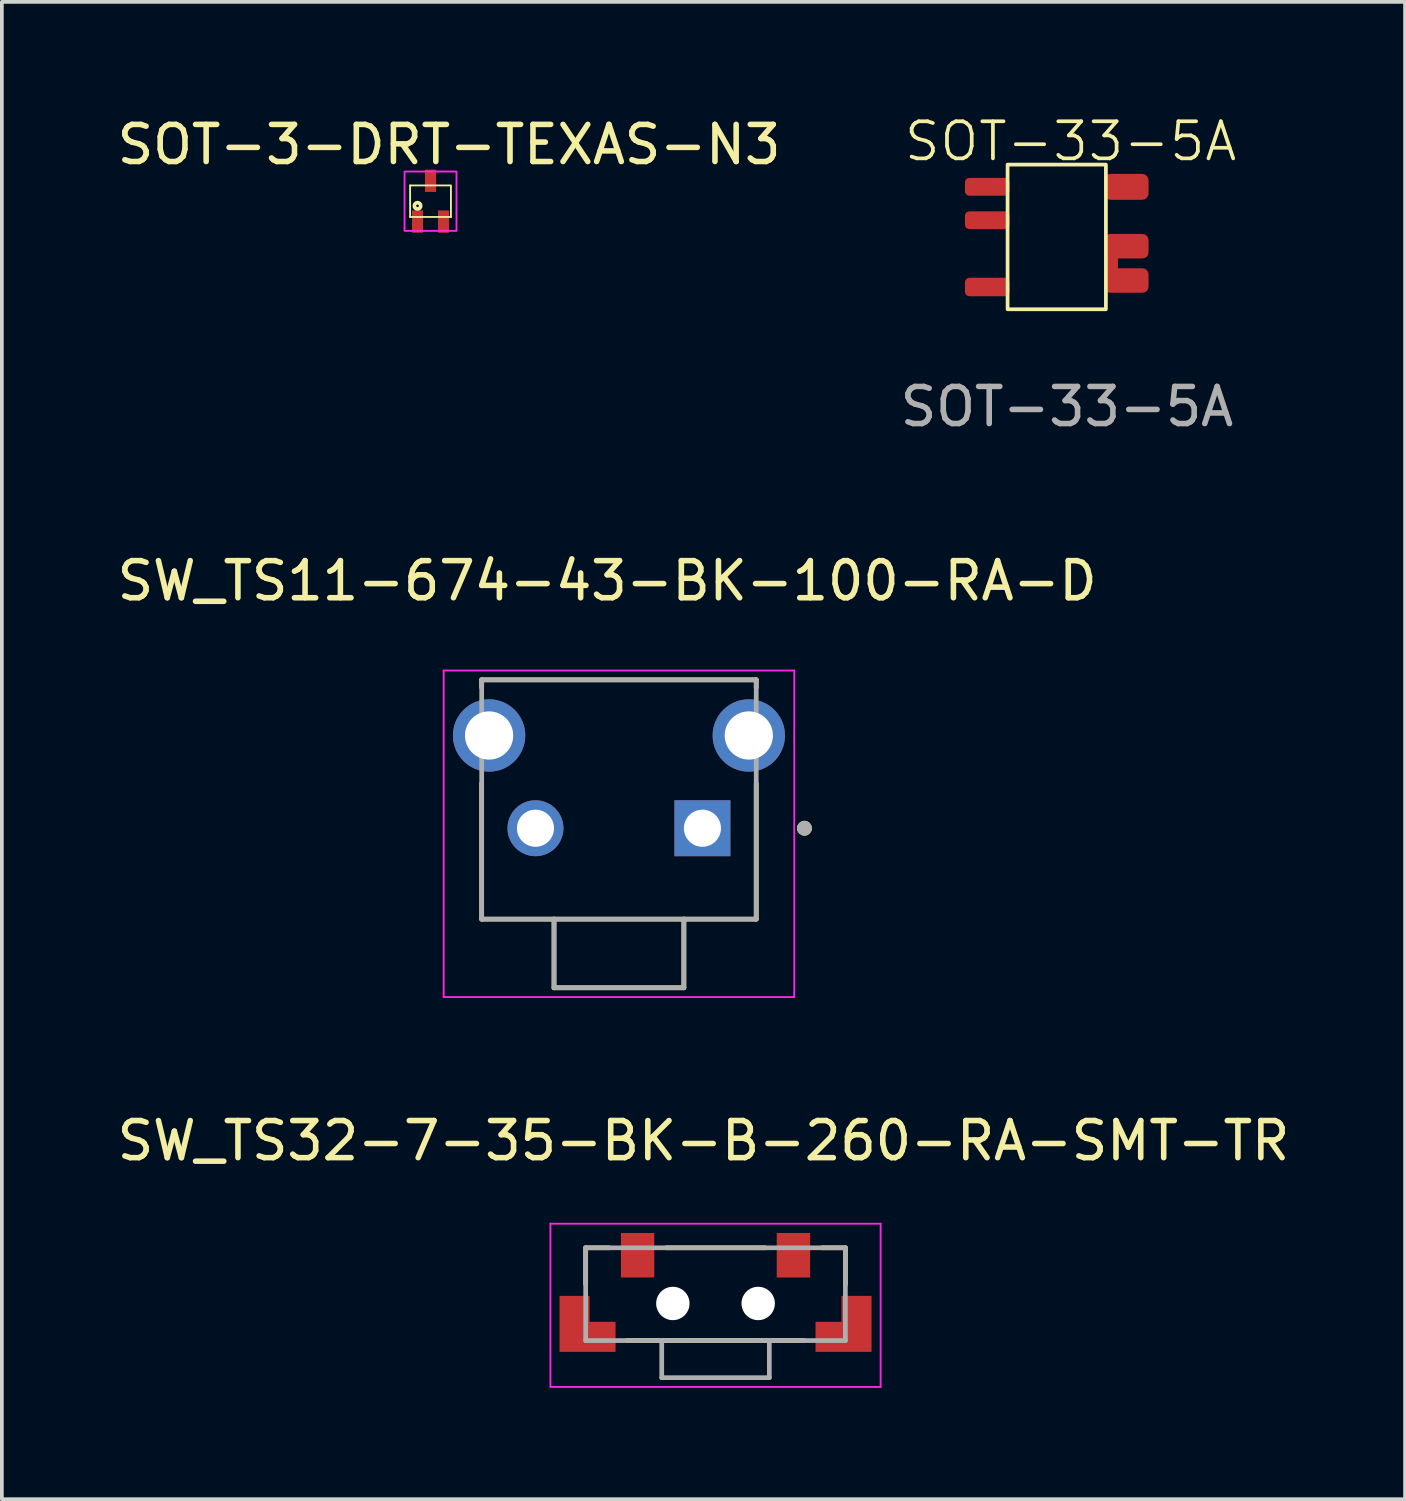
<source format=kicad_pcb>
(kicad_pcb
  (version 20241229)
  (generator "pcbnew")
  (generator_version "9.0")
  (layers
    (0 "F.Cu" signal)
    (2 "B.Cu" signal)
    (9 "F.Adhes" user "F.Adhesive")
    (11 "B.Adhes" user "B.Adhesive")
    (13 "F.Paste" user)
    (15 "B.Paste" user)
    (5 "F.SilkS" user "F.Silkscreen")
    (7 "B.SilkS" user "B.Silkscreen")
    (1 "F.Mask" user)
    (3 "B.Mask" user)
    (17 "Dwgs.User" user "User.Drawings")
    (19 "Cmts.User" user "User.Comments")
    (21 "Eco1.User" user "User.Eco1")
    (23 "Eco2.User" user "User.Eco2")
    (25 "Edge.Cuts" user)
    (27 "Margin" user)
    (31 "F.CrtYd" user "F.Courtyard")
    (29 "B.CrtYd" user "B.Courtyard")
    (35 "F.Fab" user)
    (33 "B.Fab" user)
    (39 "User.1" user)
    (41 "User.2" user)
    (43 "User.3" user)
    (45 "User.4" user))
  (footprint "SOT-33-5A"
    (layer "F.Cu")
    (at 25.458 3.211)
    (property "Reference" "SOT-33-5A" (at 0.35 -2.45 0) (unlocked yes) (layer "F.SilkS") (effects (font (size 1 1) (thickness 0.1))))
    (attr smd)
    (fp_rect (start -1.35 -1.825) (end 1.3 2.075) (stroke (width 0.1) (type default)) (fill no) (layer "F.SilkS"))
    (fp_text user "${REFERENCE}" (at 0.25 4.7 0) (unlocked yes) (layer "F.Fab") (effects (font (size 1 1) (thickness 0.15))))
    (pad "1" smd roundrect (at -1.9 -1.225) (size 1.2 0.48) (layers "F.Cu" "F.Mask" "F.Paste") (roundrect_rratio 0.25))
    (pad "2" smd roundrect (at -1.9 -0.325) (size 1.2 0.48) (layers "F.Cu" "F.Mask" "F.Paste") (roundrect_rratio 0.25))
    (pad "3" smd roundrect (at -1.9 1.475) (size 1.2 0.5) (layers "F.Cu" "F.Mask" "F.Paste") (roundrect_rratio 0.25))
    (pad "4" smd roundrect (at 1.45 0.781) (size 0.35 0.637) (layers "F.Cu" "F.Mask" "F.Paste") (roundrect_rratio 0.25))
    (pad "4" smd roundrect (at 1.85 0.375) (size 1.2 0.66) (layers "F.Cu" "F.Mask" "F.Paste") (roundrect_rratio 0.25))
    (pad "4" smd roundrect (at 1.85 1.3) (size 1.2 0.66) (layers "F.Cu" "F.Mask" "F.Paste") (roundrect_rratio 0.25))
    (pad "5" smd roundrect (at 1.85 -1.225) (size 1.2 0.7) (layers "F.Cu" "F.Mask" "F.Paste") (roundrect_rratio 0.25)))
  (footprint "SW_TS32-7-35-BK-B-260-RA-SMT-TR"
    (layer "F.Cu")
    (at 16.236 32.083)
    (property "Reference" "SW_TS32-7-35-BK-B-260-RA-SMT-TR" (at -0.325 -4.385 0) (layer "F.SilkS") (effects (font (size 1 1) (thickness 0.15))))
    (attr smd)
    (fp_poly (pts (xy -4.3 -0.3) (xy -4.3 1.4) (xy -2.6 1.4) (xy -2.6 0.4) (xy -3.3 0.4) (xy -3.3 -0.3)) (stroke (width 0.01) (type solid)) (fill yes) (layer "F.Mask"))
    (fp_poly (pts (xy 4.3 -0.3) (xy 4.3 1.4) (xy 2.6 1.4) (xy 2.6 0.4) (xy 3.3 0.4) (xy 3.3 -0.3)) (stroke (width 0.01) (type solid)) (fill yes) (layer "F.Mask"))
    (fp_line (start -3.5 -1.5) (end -2.87 -1.5) (stroke (width 0.127) (type solid)) (layer "F.SilkS"))
    (fp_line (start -3.5 -0.52) (end -3.5 -1.5) (stroke (width 0.127) (type solid)) (layer "F.SilkS"))
    (fp_line (start -1.33 -1.5) (end 1.33 -1.5) (stroke (width 0.127) (type solid)) (layer "F.SilkS"))
    (fp_line (start 2.38 1) (end -2.38 1) (stroke (width 0.127) (type solid)) (layer "F.SilkS"))
    (fp_line (start 3.5 -1.5) (end 2.87 -1.5) (stroke (width 0.127) (type solid)) (layer "F.SilkS"))
    (fp_line (start 3.5 -0.52) (end 3.5 -1.5) (stroke (width 0.127) (type solid)) (layer "F.SilkS"))
    (fp_poly (pts (xy -4.2 -0.2) (xy -4.2 1.3) (xy -2.7 1.3) (xy -2.7 0.5) (xy -3.4 0.5) (xy -3.4 -0.2)) (stroke (width 0.01) (type solid)) (fill yes) (layer "F.Paste"))
    (fp_poly (pts (xy 4.2 -0.2) (xy 4.2 1.3) (xy 2.7 1.3) (xy 2.7 0.5) (xy 3.4 0.5) (xy 3.4 -0.2)) (stroke (width 0.01) (type solid)) (fill yes) (layer "F.Paste"))
    (fp_line (start -4.45 -2.15) (end 4.45 -2.15) (stroke (width 0.05) (type solid)) (layer "F.CrtYd"))
    (fp_line (start -4.45 2.25) (end -4.45 -2.15) (stroke (width 0.05) (type solid)) (layer "F.CrtYd"))
    (fp_line (start 4.45 -2.15) (end 4.45 2.25) (stroke (width 0.05) (type solid)) (layer "F.CrtYd"))
    (fp_line (start 4.45 2.25) (end -4.45 2.25) (stroke (width 0.05) (type solid)) (layer "F.CrtYd"))
    (fp_line (start -3.5 -1.5) (end 3.5 -1.5) (stroke (width 0.127) (type solid)) (layer "F.Fab"))
    (fp_line (start -3.5 1) (end -3.5 -1.5) (stroke (width 0.127) (type solid)) (layer "F.Fab"))
    (fp_line (start -1.45 1) (end -3.5 1) (stroke (width 0.127) (type solid)) (layer "F.Fab"))
    (fp_line (start -1.45 2) (end -1.45 1) (stroke (width 0.127) (type solid)) (layer "F.Fab"))
    (fp_line (start 1.45 1) (end -1.45 1) (stroke (width 0.127) (type solid)) (layer "F.Fab"))
    (fp_line (start 1.45 1) (end 1.45 2) (stroke (width 0.127) (type solid)) (layer "F.Fab"))
    (fp_line (start 1.45 2) (end -1.45 2) (stroke (width 0.127) (type solid)) (layer "F.Fab"))
    (fp_line (start 3.5 -1.5) (end 3.5 1) (stroke (width 0.127) (type solid)) (layer "F.Fab"))
    (fp_line (start 3.5 1) (end 1.45 1) (stroke (width 0.127) (type solid)) (layer "F.Fab"))
    (pad "" np_thru_hole circle (at -1.15 0) (size 0.9 0.9) (drill 0.9) (layers "*.Cu" "*.Mask"))
    (pad "" np_thru_hole circle (at 1.15 0) (size 0.9 0.9) (drill 0.9) (layers "*.Cu" "*.Mask"))
    (pad "1" smd rect (at -2.1 -1.3) (size 0.9 1.2) (layers "F.Cu" "F.Mask" "F.Paste"))
    (pad "2" smd rect (at 2.1 -1.3) (size 0.9 1.2) (layers "F.Cu" "F.Mask" "F.Paste"))
    (pad "SH1" smd custom (at -3.8 0.5) (size 0.5 1) (layers "F.Cu") (options (anchor rect)) (primitives (gr_poly (pts (xy -0.4 -0.7) (xy -0.4 0.8) (xy 1.1 0.8) (xy 1.1 0) (xy 0.4 0) (xy 0.4 -0.7)) (width 0.01) (fill yes))))
    (pad "SH2" smd custom (at 3.8 0.5) (size 0.5 1) (layers "F.Cu") (options (anchor rect)) (primitives (gr_poly (pts (xy 0.4 -0.7) (xy 0.4 0.8) (xy -1.1 0.8) (xy -1.1 0) (xy -0.4 0) (xy -0.4 -0.7)) (width 0.01) (fill yes)))))
  (footprint "SOT-3-DRT-TEXAS-N3"
    (layer "F.Cu")
    (at 8.554 2.373)
    (property "Reference" "SOT-3-DRT-TEXAS-N3" (at 0.5 -1.525 0) (layer "F.SilkS") (effects (font (size 1 1) (thickness 0.15))))
    (attr through_hole)
    (fp_line (start -0.55 -0.425) (end 0.525 -0.425) (stroke (width 0.05) (type solid)) (layer "F.SilkS"))
    (fp_line (start -0.55 0.425) (end -0.55 -0.425) (stroke (width 0.05) (type solid)) (layer "F.SilkS"))
    (fp_line (start 0.55 -0.425) (end 0.55 0.425) (stroke (width 0.05) (type solid)) (layer "F.SilkS"))
    (fp_line (start 0.55 0.425) (end -0.55 0.425) (stroke (width 0.05) (type solid)) (layer "F.SilkS"))
    (fp_circle (center -0.35 0.125) (end -0.325 0.15) (stroke (width 0.1) (type solid)) (fill no) (layer "F.SilkS"))
    (fp_rect (start -0.7 -0.8) (end 0.7 0.8) (stroke (width 0.05) (type solid)) (fill no) (layer "F.CrtYd"))
    (pad "1" smd rect (at -0.35 0.55) (size 0.3 0.6) (layers "F.Cu" "F.Mask" "F.Paste"))
    (pad "2" smd rect (at 0.35 0.55) (size 0.3 0.6) (layers "F.Cu" "F.Mask" "F.Paste"))
    (pad "3" smd rect (at 0 -0.55) (size 0.3 0.6) (layers "F.Cu" "F.Mask" "F.Paste")))
  (footprint "SW_TS11-674-43-BK-100-RA-D"
    (layer "F.Cu")
    (at 13.633 19.274)
    (property "Reference" "SW_TS11-674-43-BK-100-RA-D" (at -0.318 -6.668 0) (layer "F.SilkS") (effects (font (size 1 1) (thickness 0.15))))
    (attr through_hole)
    (fp_line (start -3.7 -4) (end 3.7 -4) (stroke (width 0.127) (type solid)) (layer "F.SilkS"))
    (fp_line (start -3.7 -3.795) (end -3.7 -4) (stroke (width 0.127) (type solid)) (layer "F.SilkS"))
    (fp_line (start -3.7 2.45) (end -3.7 -1.205) (stroke (width 0.127) (type solid)) (layer "F.SilkS"))
    (fp_line (start -1.75 2.45) (end -3.7 2.45) (stroke (width 0.127) (type solid)) (layer "F.SilkS"))
    (fp_line (start -1.75 2.45) (end -1.75 4.3) (stroke (width 0.127) (type solid)) (layer "F.SilkS"))
    (fp_line (start 1.75 2.45) (end -1.75 2.45) (stroke (width 0.127) (type solid)) (layer "F.SilkS"))
    (fp_line (start 1.75 2.45) (end 1.75 4.3) (stroke (width 0.127) (type solid)) (layer "F.SilkS"))
    (fp_line (start 1.75 4.3) (end -1.75 4.3) (stroke (width 0.127) (type solid)) (layer "F.SilkS"))
    (fp_line (start 3.7 -4) (end 3.7 -3.795) (stroke (width 0.127) (type solid)) (layer "F.SilkS"))
    (fp_line (start 3.7 2.45) (end 1.75 2.45) (stroke (width 0.127) (type solid)) (layer "F.SilkS"))
    (fp_line (start 3.7 2.45) (end 3.7 -1.205) (stroke (width 0.127) (type solid)) (layer "F.SilkS"))
    (fp_circle (center 5 0) (end 5.1 0) (stroke (width 0.2) (type solid)) (fill no) (layer "F.SilkS"))
    (fp_line (start -4.725 -4.25) (end -4.725 4.55) (stroke (width 0.05) (type solid)) (layer "F.CrtYd"))
    (fp_line (start -4.725 4.55) (end 4.725 4.55) (stroke (width 0.05) (type solid)) (layer "F.CrtYd"))
    (fp_line (start 4.725 -4.25) (end -4.725 -4.25) (stroke (width 0.05) (type solid)) (layer "F.CrtYd"))
    (fp_line (start 4.725 4.55) (end 4.725 -4.25) (stroke (width 0.05) (type solid)) (layer "F.CrtYd"))
    (fp_line (start -3.7 -4) (end 3.7 -4) (stroke (width 0.127) (type solid)) (layer "F.Fab"))
    (fp_line (start -3.7 2.45) (end -3.7 -4) (stroke (width 0.127) (type solid)) (layer "F.Fab"))
    (fp_line (start -1.75 2.45) (end -3.7 2.45) (stroke (width 0.127) (type solid)) (layer "F.Fab"))
    (fp_line (start -1.75 2.45) (end -1.75 4.3) (stroke (width 0.127) (type solid)) (layer "F.Fab"))
    (fp_line (start 1.75 2.45) (end -1.75 2.45) (stroke (width 0.127) (type solid)) (layer "F.Fab"))
    (fp_line (start 1.75 2.45) (end 1.75 4.3) (stroke (width 0.127) (type solid)) (layer "F.Fab"))
    (fp_line (start 1.75 4.3) (end -1.75 4.3) (stroke (width 0.127) (type solid)) (layer "F.Fab"))
    (fp_line (start 3.7 -4) (end 3.7 2.45) (stroke (width 0.127) (type solid)) (layer "F.Fab"))
    (fp_line (start 3.7 2.45) (end 1.75 2.45) (stroke (width 0.127) (type solid)) (layer "F.Fab"))
    (fp_circle (center 5 0) (end 5.1 0) (stroke (width 0.2) (type solid)) (fill no) (layer "F.Fab"))
    (pad "1" thru_hole rect (at 2.25 0) (size 1.508 1.508) (drill 1) (layers "*.Cu" "*.Mask"))
    (pad "2" thru_hole circle (at -2.25 0) (size 1.508 1.508) (drill 1) (layers "*.Cu" "*.Mask"))
    (pad "3" thru_hole circle (at 3.5 -2.5) (size 1.95 1.95) (drill 1.3) (layers "*.Cu" "*.Mask"))
    (pad "4" thru_hole circle (at -3.5 -2.5) (size 1.95 1.95) (drill 1.3) (layers "*.Cu" "*.Mask")))
  (gr_rect
    (start -3 -3)
    (end 34.821 37.358)
    (stroke (width 0.1) (type default))
    (fill no)
    (layer "Edge.Cuts")))
</source>
